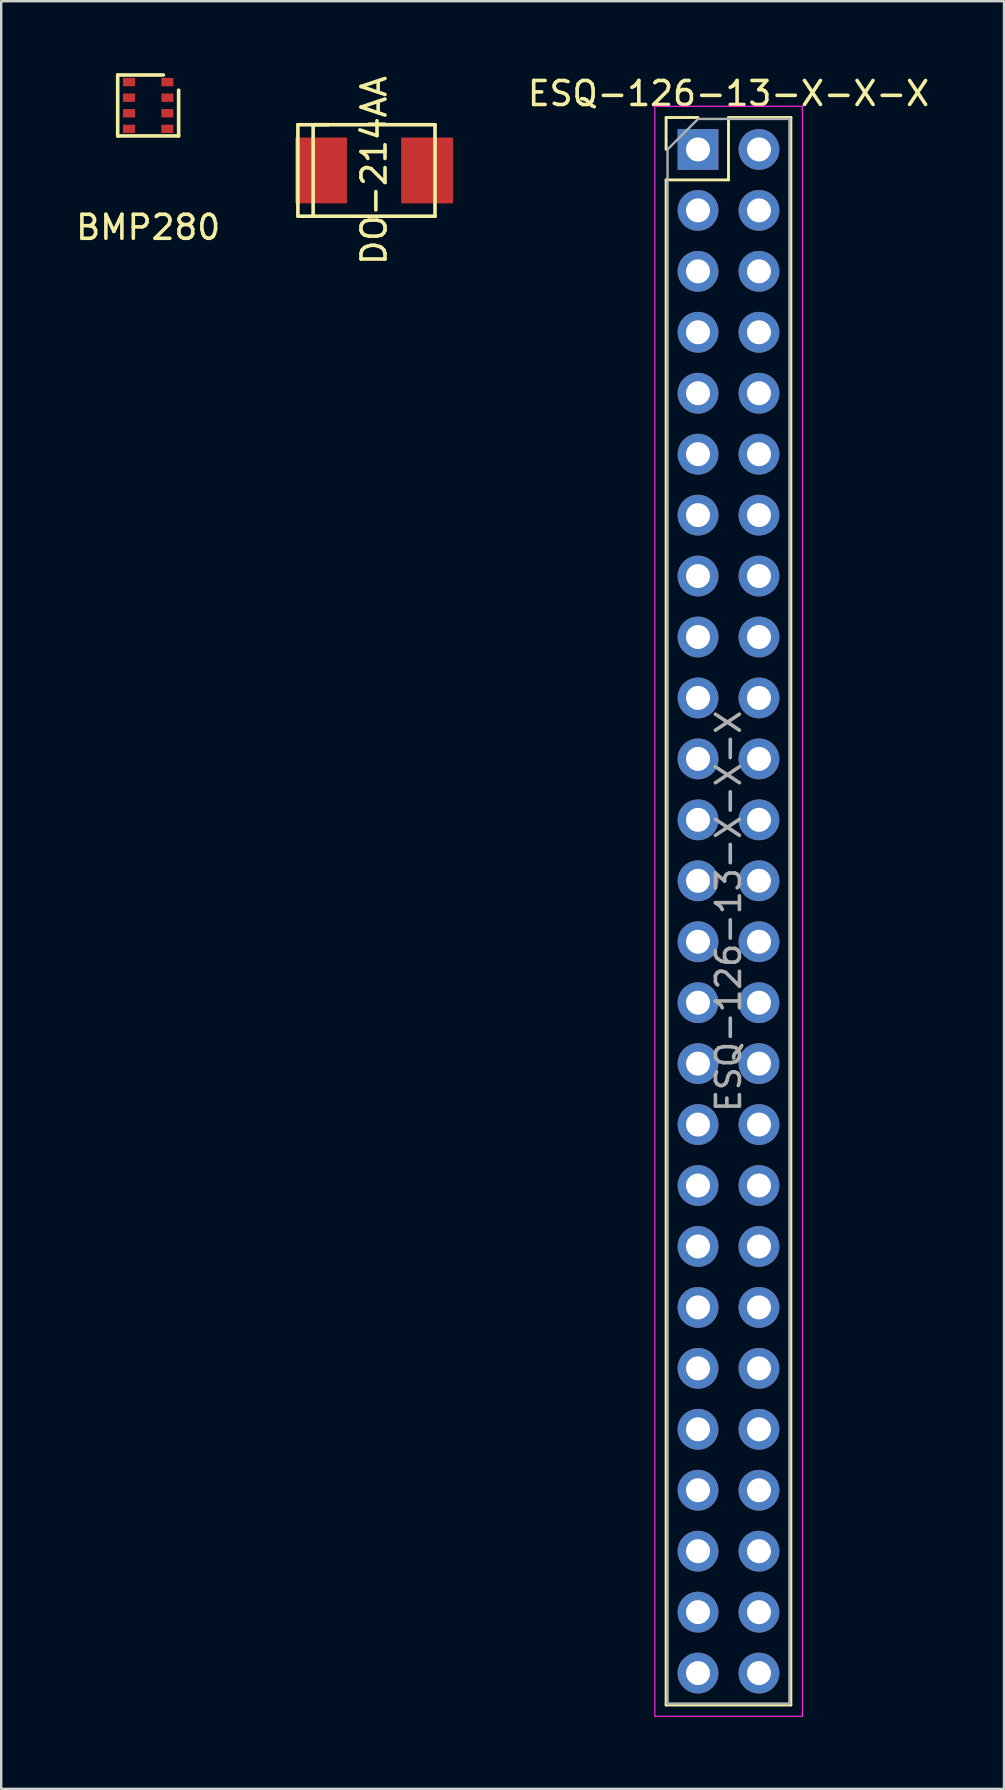
<source format=kicad_pcb>
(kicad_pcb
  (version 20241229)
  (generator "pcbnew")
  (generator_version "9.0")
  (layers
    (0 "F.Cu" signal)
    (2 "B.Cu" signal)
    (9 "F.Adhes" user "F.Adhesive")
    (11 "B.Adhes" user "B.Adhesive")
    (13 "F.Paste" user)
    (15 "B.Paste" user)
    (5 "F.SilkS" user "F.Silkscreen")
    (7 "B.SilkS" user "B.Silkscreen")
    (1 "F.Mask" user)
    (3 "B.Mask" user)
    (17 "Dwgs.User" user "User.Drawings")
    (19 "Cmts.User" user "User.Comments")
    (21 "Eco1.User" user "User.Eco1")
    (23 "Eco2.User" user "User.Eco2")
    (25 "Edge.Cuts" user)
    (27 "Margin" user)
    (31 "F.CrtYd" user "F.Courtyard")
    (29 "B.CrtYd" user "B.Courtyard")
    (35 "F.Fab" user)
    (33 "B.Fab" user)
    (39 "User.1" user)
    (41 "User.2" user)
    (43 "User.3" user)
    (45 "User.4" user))
  (footprint "BMP280"
    (layer "F.Cu")
    (at 3.125 1.345)
    (property "Reference" "BMP280" (at 0 5.08 0) (layer "F.SilkS") (effects (font (size 1 1) (thickness 0.15))))
    (attr through_hole)
    (fp_line (start -1.27 -1.27) (end 0.635 -1.27) (stroke (width 0.15) (type solid)) (layer "F.SilkS"))
    (fp_line (start -1.27 1.27) (end -1.27 -1.27) (stroke (width 0.15) (type solid)) (layer "F.SilkS"))
    (fp_line (start 1.27 1.27) (end -1.27 1.27) (stroke (width 0.15) (type solid)) (layer "F.SilkS"))
    (fp_line (start 1.27 1.27) (end 1.27 -0.635) (stroke (width 0.15) (type solid)) (layer "F.SilkS"))
    (pad "1" smd rect (at 0.8 -0.975) (size 0.5 0.35) (layers "F.Cu" "F.Mask" "F.Paste"))
    (pad "2" smd rect (at 0.8 -0.325) (size 0.5 0.35) (layers "F.Cu" "F.Mask" "F.Paste"))
    (pad "3" smd rect (at 0.8 0.325) (size 0.5 0.35) (layers "F.Cu" "F.Mask" "F.Paste"))
    (pad "4" smd rect (at 0.8 0.975) (size 0.5 0.35) (layers "F.Cu" "F.Mask" "F.Paste"))
    (pad "5" smd rect (at -0.8 0.975) (size 0.5 0.35) (layers "F.Cu" "F.Mask" "F.Paste"))
    (pad "6" smd rect (at -0.8 0.325) (size 0.5 0.35) (layers "F.Cu" "F.Mask" "F.Paste"))
    (pad "7" smd rect (at -0.8 -0.325) (size 0.5 0.35) (layers "F.Cu" "F.Mask" "F.Paste"))
    (pad "8" smd rect (at -0.8 -0.975) (size 0.5 0.35) (layers "F.Cu" "F.Mask" "F.Paste")))
  (footprint "DO-214AA"
    (layer "F.Cu")
    (at 12.54 4.054)
    (property "Reference" "DO-214AA" (at 0 0 90) (layer "F.SilkS") (effects (font (size 1 1) (thickness 0.15))))
    (attr through_hole)
    (fp_line (start -3.175 -1.905) (end -3.175 1.905) (stroke (width 0.15) (type solid)) (layer "F.SilkS"))
    (fp_line (start -3.175 1.905) (end -2.54 1.905) (stroke (width 0.15) (type solid)) (layer "F.SilkS"))
    (fp_line (start -2.54 -1.905) (end -3.175 -1.905) (stroke (width 0.15) (type solid)) (layer "F.SilkS"))
    (fp_line (start -2.54 -1.905) (end -2.54 1.905) (stroke (width 0.15) (type solid)) (layer "F.SilkS"))
    (fp_line (start -2.54 -1.905) (end 2.54 -1.905) (stroke (width 0.15) (type solid)) (layer "F.SilkS"))
    (fp_line (start -1.905 -1.905) (end -2.54 -1.905) (stroke (width 0.15) (type solid)) (layer "F.SilkS"))
    (fp_line (start 2.54 -1.905) (end 2.54 1.905) (stroke (width 0.15) (type solid)) (layer "F.SilkS"))
    (fp_line (start 2.54 1.905) (end -2.54 1.905) (stroke (width 0.15) (type solid)) (layer "F.SilkS"))
    (pad "1" smd rect (at -2.21 0) (size 2.159 2.743) (layers "F.Cu" "F.Mask" "F.Paste"))
    (pad "2" smd rect (at 2.21 0) (size 2.159 2.743) (layers "F.Cu" "F.Mask" "F.Paste")))
  (footprint "ESQ-126-13-X-X-X"
    (layer "F.Cu")
    (at 26.041 3.178)
    (property "Reference" "ESQ-126-13-X-X-X" (at 1.27 -2.33 0) (layer "F.SilkS") (effects (font (size 1 1) (thickness 0.15))))
    (attr through_hole)
    (fp_line (start -1.33 -1.33) (end 0 -1.33) (stroke (width 0.12) (type solid)) (layer "F.SilkS"))
    (fp_line (start -1.33 0) (end -1.33 -1.33) (stroke (width 0.12) (type solid)) (layer "F.SilkS"))
    (fp_line (start -1.33 1.27) (end -1.33 64.83) (stroke (width 0.12) (type solid)) (layer "F.SilkS"))
    (fp_line (start -1.33 1.27) (end 1.27 1.27) (stroke (width 0.12) (type solid)) (layer "F.SilkS"))
    (fp_line (start -1.33 64.83) (end 3.87 64.83) (stroke (width 0.12) (type solid)) (layer "F.SilkS"))
    (fp_line (start 1.27 -1.33) (end 3.87 -1.33) (stroke (width 0.12) (type solid)) (layer "F.SilkS"))
    (fp_line (start 1.27 1.27) (end 1.27 -1.33) (stroke (width 0.12) (type solid)) (layer "F.SilkS"))
    (fp_line (start 3.87 -1.33) (end 3.87 64.83) (stroke (width 0.12) (type solid)) (layer "F.SilkS"))
    (fp_line (start -1.8 -1.8) (end -1.8 65.3) (stroke (width 0.05) (type solid)) (layer "F.CrtYd"))
    (fp_line (start -1.8 65.3) (end 4.35 65.3) (stroke (width 0.05) (type solid)) (layer "F.CrtYd"))
    (fp_line (start 4.35 -1.8) (end -1.8 -1.8) (stroke (width 0.05) (type solid)) (layer "F.CrtYd"))
    (fp_line (start 4.35 65.3) (end 4.35 -1.8) (stroke (width 0.05) (type solid)) (layer "F.CrtYd"))
    (fp_line (start -1.27 0) (end 0 -1.27) (stroke (width 0.1) (type solid)) (layer "F.Fab"))
    (fp_line (start -1.27 64.77) (end -1.27 0) (stroke (width 0.1) (type solid)) (layer "F.Fab"))
    (fp_line (start 0 -1.27) (end 3.81 -1.27) (stroke (width 0.1) (type solid)) (layer "F.Fab"))
    (fp_line (start 3.81 -1.27) (end 3.81 64.77) (stroke (width 0.1) (type solid)) (layer "F.Fab"))
    (fp_line (start 3.81 64.77) (end -1.27 64.77) (stroke (width 0.1) (type solid)) (layer "F.Fab"))
    (fp_text user "${REFERENCE}" (at 1.27 31.75 90) (layer "F.Fab") (effects (font (size 1 1) (thickness 0.15))))
    (pad "1" thru_hole rect (at 0 0) (size 1.7 1.7) (drill 1) (layers "*.Cu" "*.Mask"))
    (pad "2" thru_hole oval (at 2.54 0) (size 1.7 1.7) (drill 1) (layers "*.Cu" "*.Mask"))
    (pad "3" thru_hole oval (at 0 2.54) (size 1.7 1.7) (drill 1) (layers "*.Cu" "*.Mask"))
    (pad "4" thru_hole oval (at 2.54 2.54) (size 1.7 1.7) (drill 1) (layers "*.Cu" "*.Mask"))
    (pad "5" thru_hole oval (at 0 5.08) (size 1.7 1.7) (drill 1) (layers "*.Cu" "*.Mask"))
    (pad "6" thru_hole oval (at 2.54 5.08) (size 1.7 1.7) (drill 1) (layers "*.Cu" "*.Mask"))
    (pad "7" thru_hole oval (at 0 7.62) (size 1.7 1.7) (drill 1) (layers "*.Cu" "*.Mask"))
    (pad "8" thru_hole oval (at 2.54 7.62) (size 1.7 1.7) (drill 1) (layers "*.Cu" "*.Mask"))
    (pad "9" thru_hole oval (at 0 10.16) (size 1.7 1.7) (drill 1) (layers "*.Cu" "*.Mask"))
    (pad "10" thru_hole oval (at 2.54 10.16) (size 1.7 1.7) (drill 1) (layers "*.Cu" "*.Mask"))
    (pad "11" thru_hole oval (at 0 12.7) (size 1.7 1.7) (drill 1) (layers "*.Cu" "*.Mask"))
    (pad "12" thru_hole oval (at 2.54 12.7) (size 1.7 1.7) (drill 1) (layers "*.Cu" "*.Mask"))
    (pad "13" thru_hole oval (at 0 15.24) (size 1.7 1.7) (drill 1) (layers "*.Cu" "*.Mask"))
    (pad "14" thru_hole oval (at 2.54 15.24) (size 1.7 1.7) (drill 1) (layers "*.Cu" "*.Mask"))
    (pad "15" thru_hole oval (at 0 17.78) (size 1.7 1.7) (drill 1) (layers "*.Cu" "*.Mask"))
    (pad "16" thru_hole oval (at 2.54 17.78) (size 1.7 1.7) (drill 1) (layers "*.Cu" "*.Mask"))
    (pad "17" thru_hole oval (at 0 20.32) (size 1.7 1.7) (drill 1) (layers "*.Cu" "*.Mask"))
    (pad "18" thru_hole oval (at 2.54 20.32) (size 1.7 1.7) (drill 1) (layers "*.Cu" "*.Mask"))
    (pad "19" thru_hole oval (at 0 22.86) (size 1.7 1.7) (drill 1) (layers "*.Cu" "*.Mask"))
    (pad "20" thru_hole oval (at 2.54 22.86) (size 1.7 1.7) (drill 1) (layers "*.Cu" "*.Mask"))
    (pad "21" thru_hole oval (at 0 25.4) (size 1.7 1.7) (drill 1) (layers "*.Cu" "*.Mask"))
    (pad "22" thru_hole oval (at 2.54 25.4) (size 1.7 1.7) (drill 1) (layers "*.Cu" "*.Mask"))
    (pad "23" thru_hole oval (at 0 27.94) (size 1.7 1.7) (drill 1) (layers "*.Cu" "*.Mask"))
    (pad "24" thru_hole oval (at 2.54 27.94) (size 1.7 1.7) (drill 1) (layers "*.Cu" "*.Mask"))
    (pad "25" thru_hole oval (at 0 30.48) (size 1.7 1.7) (drill 1) (layers "*.Cu" "*.Mask"))
    (pad "26" thru_hole oval (at 2.54 30.48) (size 1.7 1.7) (drill 1) (layers "*.Cu" "*.Mask"))
    (pad "27" thru_hole oval (at 0 33.02) (size 1.7 1.7) (drill 1) (layers "*.Cu" "*.Mask"))
    (pad "28" thru_hole oval (at 2.54 33.02) (size 1.7 1.7) (drill 1) (layers "*.Cu" "*.Mask"))
    (pad "29" thru_hole oval (at 0 35.56) (size 1.7 1.7) (drill 1) (layers "*.Cu" "*.Mask"))
    (pad "30" thru_hole oval (at 2.54 35.56) (size 1.7 1.7) (drill 1) (layers "*.Cu" "*.Mask"))
    (pad "31" thru_hole oval (at 0 38.1) (size 1.7 1.7) (drill 1) (layers "*.Cu" "*.Mask"))
    (pad "32" thru_hole oval (at 2.54 38.1) (size 1.7 1.7) (drill 1) (layers "*.Cu" "*.Mask"))
    (pad "33" thru_hole oval (at 0 40.64) (size 1.7 1.7) (drill 1) (layers "*.Cu" "*.Mask"))
    (pad "34" thru_hole oval (at 2.54 40.64) (size 1.7 1.7) (drill 1) (layers "*.Cu" "*.Mask"))
    (pad "35" thru_hole oval (at 0 43.18) (size 1.7 1.7) (drill 1) (layers "*.Cu" "*.Mask"))
    (pad "36" thru_hole oval (at 2.54 43.18) (size 1.7 1.7) (drill 1) (layers "*.Cu" "*.Mask"))
    (pad "37" thru_hole oval (at 0 45.72) (size 1.7 1.7) (drill 1) (layers "*.Cu" "*.Mask"))
    (pad "38" thru_hole oval (at 2.54 45.72) (size 1.7 1.7) (drill 1) (layers "*.Cu" "*.Mask"))
    (pad "39" thru_hole oval (at 0 48.26) (size 1.7 1.7) (drill 1) (layers "*.Cu" "*.Mask"))
    (pad "40" thru_hole oval (at 2.54 48.26) (size 1.7 1.7) (drill 1) (layers "*.Cu" "*.Mask"))
    (pad "41" thru_hole oval (at 0 50.8) (size 1.7 1.7) (drill 1) (layers "*.Cu" "*.Mask"))
    (pad "42" thru_hole oval (at 2.54 50.8) (size 1.7 1.7) (drill 1) (layers "*.Cu" "*.Mask"))
    (pad "43" thru_hole oval (at 0 53.34) (size 1.7 1.7) (drill 1) (layers "*.Cu" "*.Mask"))
    (pad "44" thru_hole oval (at 2.54 53.34) (size 1.7 1.7) (drill 1) (layers "*.Cu" "*.Mask"))
    (pad "45" thru_hole oval (at 0 55.88) (size 1.7 1.7) (drill 1) (layers "*.Cu" "*.Mask"))
    (pad "46" thru_hole oval (at 2.54 55.88) (size 1.7 1.7) (drill 1) (layers "*.Cu" "*.Mask"))
    (pad "47" thru_hole oval (at 0 58.42) (size 1.7 1.7) (drill 1) (layers "*.Cu" "*.Mask"))
    (pad "48" thru_hole oval (at 2.54 58.42) (size 1.7 1.7) (drill 1) (layers "*.Cu" "*.Mask"))
    (pad "49" thru_hole oval (at 0 60.96) (size 1.7 1.7) (drill 1) (layers "*.Cu" "*.Mask"))
    (pad "50" thru_hole oval (at 2.54 60.96) (size 1.7 1.7) (drill 1) (layers "*.Cu" "*.Mask"))
    (pad "51" thru_hole oval (at 0 63.5) (size 1.7 1.7) (drill 1) (layers "*.Cu" "*.Mask"))
    (pad "52" thru_hole oval (at 2.54 63.5) (size 1.7 1.7) (drill 1) (layers "*.Cu" "*.Mask")))
  (gr_rect
    (start -3 -3)
    (end 38.793 71.503)
    (stroke (width 0.1) (type default))
    (fill no)
    (layer "Edge.Cuts")))
</source>
